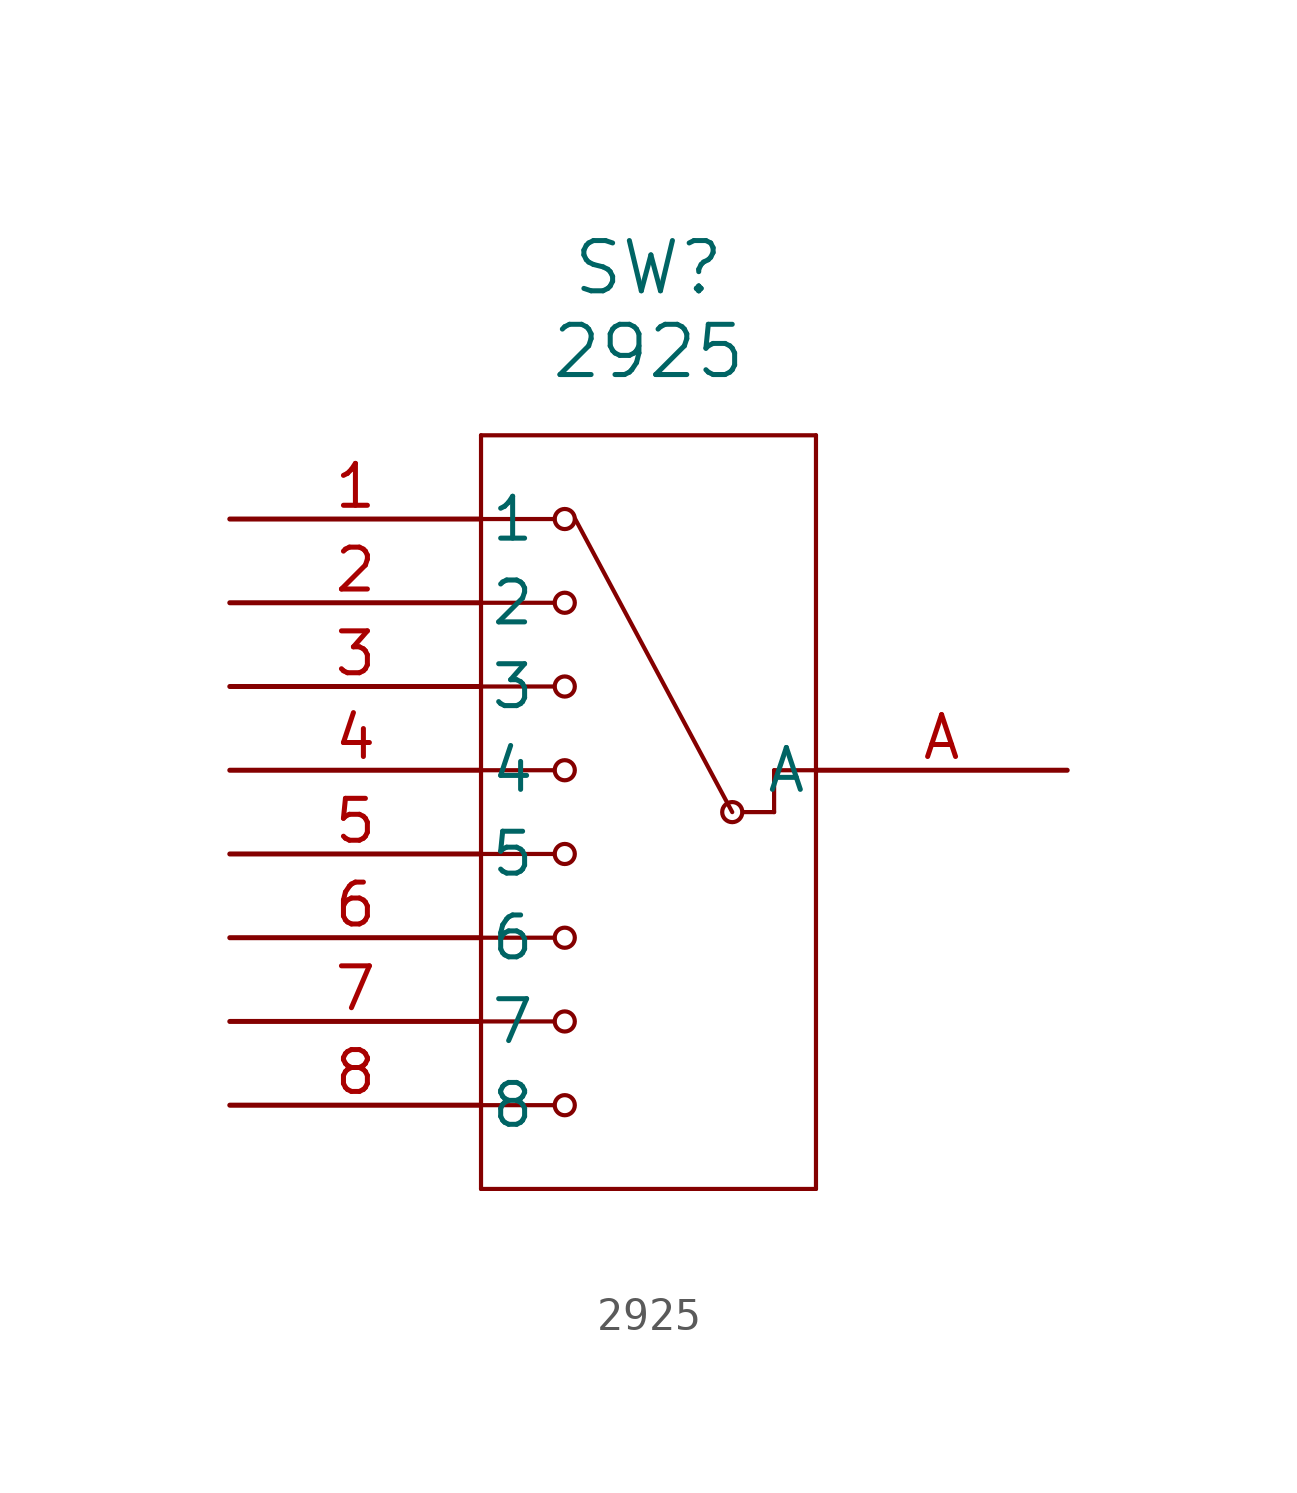
<source format=kicad_sym>
(kicad_symbol_lib
  (version 20211014)
  (generator kicad_symbol_editor)
  (symbol "2925"
    (pin_names
      (offset 0.254))
    (property "Reference" "SW"
      (at 12.7 7.62 0)
      (effects (font (size 1.524 1.524))))
    (property "Value" "2925"
      (at 12.7 5.08 0)
      (effects (font (size 1.524 1.524))))
    (symbol "2925_0_1"
      (polyline (pts (xy 7.62 2.54) (xy 7.62 -20.32)) (stroke (width 0.127) (type default) (color 0 0 0 0)) (fill (type none)))
      (polyline (pts (xy 7.62 -20.32) (xy 17.78 -20.32)) (stroke (width 0.127) (type default) (color 0 0 0 0)) (fill (type none)))
      (polyline (pts (xy 17.78 -20.32) (xy 17.78 2.54)) (stroke (width 0.127) (type default) (color 0 0 0 0)) (fill (type none)))
      (polyline (pts (xy 17.78 2.54) (xy 7.62 2.54)) (stroke (width 0.127) (type default) (color 0 0 0 0)) (fill (type none)))
      (polyline (pts (xy 17.78 -7.62) (xy 16.51 -7.62)) (stroke (width 0.127) (type default) (color 0 0 0 0)) (fill (type none)))
      (polyline (pts (xy 16.51 -7.62) (xy 16.51 -8.89)) (stroke (width 0.127) (type default) (color 0 0 0 0)) (fill (type none)))
      (polyline (pts (xy 16.51 -8.89) (xy 15.557 -8.89)) (stroke (width 0.127) (type default) (color 0 0 0 0)) (fill (type none)))
      (circle (center 15.24 -8.89) (radius 0.305) (stroke (width 0.127) (type default) (color 0 0 0 0)) (fill (type none)))
      (polyline (pts (xy 7.62 0) (xy 9.842 0)) (stroke (width 0.127) (type default) (color 0 0 0 0)) (fill (type none)))
      (polyline (pts (xy 7.62 -2.54) (xy 9.842 -2.54)) (stroke (width 0.127) (type default) (color 0 0 0 0)) (fill (type none)))
      (circle (center 10.16 0) (radius 0.305) (stroke (width 0.127) (type default) (color 0 0 0 0)) (fill (type none)))
      (circle (center 10.16 -2.54) (radius 0.305) (stroke (width 0.127) (type default) (color 0 0 0 0)) (fill (type none)))
      (polyline (pts (xy 7.62 -5.08) (xy 9.842 -5.08)) (stroke (width 0.127) (type default) (color 0 0 0 0)) (fill (type none)))
      (polyline (pts (xy 7.62 -7.62) (xy 9.842 -7.62)) (stroke (width 0.127) (type default) (color 0 0 0 0)) (fill (type none)))
      (circle (center 10.16 -5.08) (radius 0.305) (stroke (width 0.127) (type default) (color 0 0 0 0)) (fill (type none)))
      (circle (center 10.16 -7.62) (radius 0.305) (stroke (width 0.127) (type default) (color 0 0 0 0)) (fill (type none)))
      (polyline (pts (xy 7.62 -10.16) (xy 9.842 -10.16)) (stroke (width 0.127) (type default) (color 0 0 0 0)) (fill (type none)))
      (polyline (pts (xy 7.62 -12.7) (xy 9.842 -12.7)) (stroke (width 0.127) (type default) (color 0 0 0 0)) (fill (type none)))
      (circle (center 10.16 -10.16) (radius 0.305) (stroke (width 0.127) (type default) (color 0 0 0 0)) (fill (type none)))
      (circle (center 10.16 -12.7) (radius 0.305) (stroke (width 0.127) (type default) (color 0 0 0 0)) (fill (type none)))
      (polyline (pts (xy 7.62 -15.24) (xy 9.842 -15.24)) (stroke (width 0.127) (type default) (color 0 0 0 0)) (fill (type none)))
      (polyline (pts (xy 7.62 -17.78) (xy 9.842 -17.78)) (stroke (width 0.127) (type default) (color 0 0 0 0)) (fill (type none)))
      (circle (center 10.16 -15.24) (radius 0.305) (stroke (width 0.127) (type default) (color 0 0 0 0)) (fill (type none)))
      (circle (center 10.16 -17.78) (radius 0.305) (stroke (width 0.127) (type default) (color 0 0 0 0)) (fill (type none)))
      (polyline (pts (xy 15.24 -8.89) (xy 10.477 0)) (stroke (width 0.127) (type default) (color 0 0 0 0)) (fill (type none)))
      (pin unspecified line (at 0 0 0) (length 7.62) (name "1" (effects (font (size 1.27 1.27)))) (number "1" (effects (font (size 1.27 1.27)))))
      (pin unspecified line (at 0 -2.54 0) (length 7.62) (name "2" (effects (font (size 1.27 1.27)))) (number "2" (effects (font (size 1.27 1.27)))))
      (pin unspecified line (at 0 -5.08 0) (length 7.62) (name "3" (effects (font (size 1.27 1.27)))) (number "3" (effects (font (size 1.27 1.27)))))
      (pin unspecified line (at 0 -7.62 0) (length 7.62) (name "4" (effects (font (size 1.27 1.27)))) (number "4" (effects (font (size 1.27 1.27)))))
      (pin unspecified line (at 0 -10.16 0) (length 7.62) (name "5" (effects (font (size 1.27 1.27)))) (number "5" (effects (font (size 1.27 1.27)))))
      (pin unspecified line (at 0 -12.7 0) (length 7.62) (name "6" (effects (font (size 1.27 1.27)))) (number "6" (effects (font (size 1.27 1.27)))))
      (pin unspecified line (at 0 -15.24 0) (length 7.62) (name "7" (effects (font (size 1.27 1.27)))) (number "7" (effects (font (size 1.27 1.27)))))
      (pin unspecified line (at 0 -17.78 0) (length 7.62) (name "8" (effects (font (size 1.27 1.27)))) (number "8" (effects (font (size 1.27 1.27)))))
      (pin unspecified line (at 25.4 -7.62 180) (length 7.62) (name "A" (effects (font (size 1.27 1.27)))) (number "A" (effects (font (size 1.27 1.27))))))))
</source>
